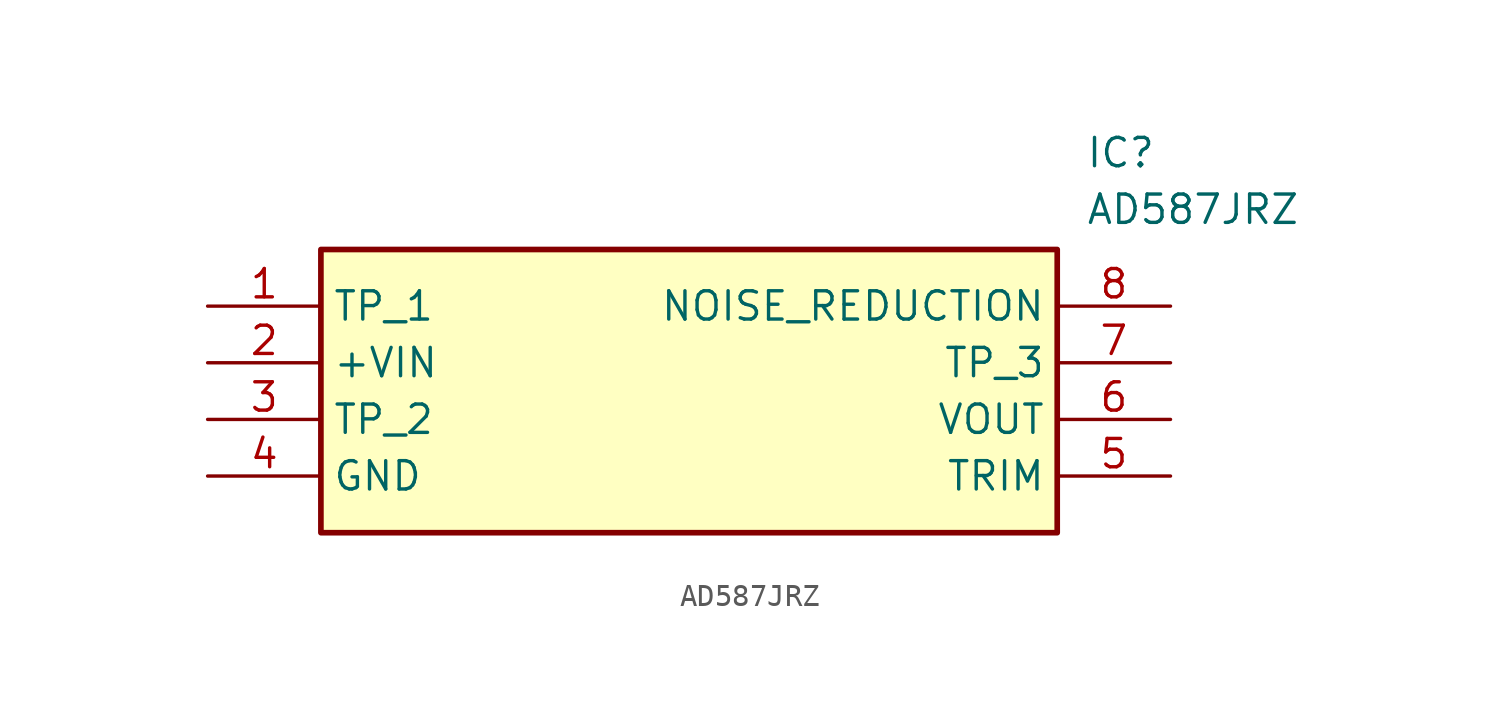
<source format=kicad_sym>
(kicad_symbol_lib
  (version 20211014)
  (generator SamacSys_ECAD_Model)
  (symbol "AD587JRZ"
    (property "Reference" "IC"
      (at 39.37 7.62 0)
      (effects (font (size 1.27 1.27)) (justify left top)))
    (property "Value" "AD587JRZ"
      (at 39.37 5.08 0)
      (effects (font (size 1.27 1.27)) (justify left top)))
    (rectangle
      (start 5.08 2.54)
      (end 38.1 -10.16)
      (stroke (width 0.254) (type default))
      (fill (type background)))
    (pin passive line
      (at 0 0 0)
      (length 5.08)
      (name "TP_1" (effects (font (size 1.27 1.27))))
      (number "1" (effects (font (size 1.27 1.27)))))
    (pin passive line
      (at 0 -2.54 0)
      (length 5.08)
      (name "+VIN" (effects (font (size 1.27 1.27))))
      (number "2" (effects (font (size 1.27 1.27)))))
    (pin passive line
      (at 0 -5.08 0)
      (length 5.08)
      (name "TP_2" (effects (font (size 1.27 1.27))))
      (number "3" (effects (font (size 1.27 1.27)))))
    (pin passive line
      (at 0 -7.62 0)
      (length 5.08)
      (name "GND" (effects (font (size 1.27 1.27))))
      (number "4" (effects (font (size 1.27 1.27)))))
    (pin passive line
      (at 43.18 0 180)
      (length 5.08)
      (name "NOISE_REDUCTION" (effects (font (size 1.27 1.27))))
      (number "8" (effects (font (size 1.27 1.27)))))
    (pin passive line
      (at 43.18 -2.54 180)
      (length 5.08)
      (name "TP_3" (effects (font (size 1.27 1.27))))
      (number "7" (effects (font (size 1.27 1.27)))))
    (pin passive line
      (at 43.18 -5.08 180)
      (length 5.08)
      (name "VOUT" (effects (font (size 1.27 1.27))))
      (number "6" (effects (font (size 1.27 1.27)))))
    (pin passive line
      (at 43.18 -7.62 180)
      (length 5.08)
      (name "TRIM" (effects (font (size 1.27 1.27))))
      (number "5" (effects (font (size 1.27 1.27)))))))
</source>
